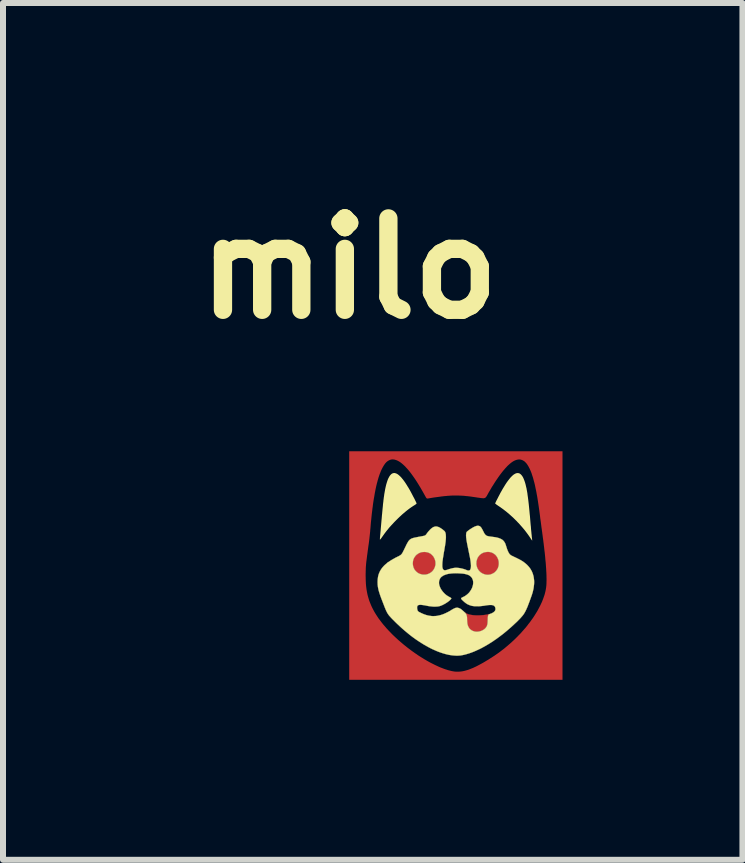
<source format=kicad_pcb>
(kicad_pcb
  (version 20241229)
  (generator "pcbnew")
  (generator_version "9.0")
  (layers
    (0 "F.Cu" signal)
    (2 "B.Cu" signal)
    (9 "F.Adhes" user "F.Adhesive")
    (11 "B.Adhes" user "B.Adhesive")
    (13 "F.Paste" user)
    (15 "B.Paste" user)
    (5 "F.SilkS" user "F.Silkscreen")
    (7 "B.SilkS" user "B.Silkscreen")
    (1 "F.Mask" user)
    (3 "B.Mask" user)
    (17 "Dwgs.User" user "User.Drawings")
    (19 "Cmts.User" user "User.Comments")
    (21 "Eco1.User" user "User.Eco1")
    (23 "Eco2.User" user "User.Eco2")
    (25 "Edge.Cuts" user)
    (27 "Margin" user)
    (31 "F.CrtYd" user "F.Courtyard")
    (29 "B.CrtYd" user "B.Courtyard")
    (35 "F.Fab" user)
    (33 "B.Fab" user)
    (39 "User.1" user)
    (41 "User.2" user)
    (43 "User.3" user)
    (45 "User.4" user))
  (footprint "milo"
    (layer "F.Cu")
    (at 2.772 4.474)
    (property "Reference" "milo" (at 0 -3.048 0) (layer "F.SilkS") (effects (font (size 1.524 1.524) (thickness 0.305))))
    (attr exclude_from_pos_files exclude_from_bom)
    (fp_poly (pts (xy 1.18 2.044) (xy 1.159 2.035) (xy 1.141 2.024) (xy 1.124 2.011) (xy 1.109 1.996) (xy 1.095 1.98) (xy 1.084 1.962) (xy 1.075 1.943) (xy 1.068 1.923) (xy 1.063 1.903) (xy 1.061 1.882) (xy 1.06 1.86) (xy 1.062 1.839) (xy 1.066 1.818) (xy 1.073 1.798) (xy 1.081 1.778) (xy 1.092 1.76) (xy 1.106 1.742) (xy 1.122 1.726) (xy 1.142 1.711) (xy 1.162 1.699) (xy 1.184 1.689) (xy 1.206 1.683) (xy 1.228 1.679) (xy 1.251 1.678) (xy 1.274 1.679) (xy 1.296 1.683) (xy 1.317 1.689) (xy 1.338 1.698) (xy 1.357 1.709) (xy 1.375 1.722) (xy 1.391 1.738) (xy 1.405 1.756) (xy 1.416 1.777) (xy 1.426 1.799) (xy 1.433 1.821) (xy 1.437 1.842) (xy 1.438 1.864) (xy 1.438 1.885) (xy 1.435 1.905) (xy 1.43 1.924) (xy 1.423 1.943) (xy 1.414 1.961) (xy 1.404 1.977) (xy 1.392 1.993) (xy 1.378 2.007) (xy 1.363 2.019) (xy 1.346 2.03) (xy 1.328 2.039) (xy 1.31 2.047) (xy 1.29 2.052) (xy 1.269 2.055) (xy 1.248 2.056) (xy 1.226 2.055) (xy 1.203 2.051) (xy 1.18 2.044)) (stroke (width 0.004) (type solid)) (fill yes) (layer "F.Cu"))
    (fp_poly (pts (xy 2.23 2.041) (xy 2.21 2.03) (xy 2.192 2.018) (xy 2.177 2.004) (xy 2.163 1.989) (xy 2.151 1.973) (xy 2.141 1.956) (xy 2.133 1.938) (xy 2.127 1.919) (xy 2.123 1.9) (xy 2.12 1.881) (xy 2.12 1.861) (xy 2.121 1.842) (xy 2.125 1.823) (xy 2.13 1.804) (xy 2.137 1.786) (xy 2.145 1.769) (xy 2.156 1.753) (xy 2.168 1.737) (xy 2.183 1.723) (xy 2.198 1.711) (xy 2.216 1.7) (xy 2.235 1.691) (xy 2.257 1.684) (xy 2.281 1.679) (xy 2.304 1.677) (xy 2.327 1.677) (xy 2.349 1.681) (xy 2.37 1.687) (xy 2.39 1.695) (xy 2.409 1.705) (xy 2.426 1.718) (xy 2.442 1.733) (xy 2.456 1.749) (xy 2.468 1.768) (xy 2.478 1.788) (xy 2.486 1.81) (xy 2.491 1.833) (xy 2.494 1.857) (xy 2.494 1.881) (xy 2.491 1.904) (xy 2.486 1.925) (xy 2.479 1.946) (xy 2.469 1.965) (xy 2.458 1.982) (xy 2.445 1.998) (xy 2.43 2.013) (xy 2.414 2.026) (xy 2.396 2.037) (xy 2.377 2.045) (xy 2.358 2.052) (xy 2.337 2.056) (xy 2.316 2.059) (xy 2.295 2.058) (xy 2.273 2.055) (xy 2.252 2.049) (xy 2.23 2.041)) (stroke (width 0.004) (type solid)) (fill yes) (layer "F.Cu"))
    (fp_poly (pts (xy 2.353 2.71) (xy 2.332 2.715) (xy 2.31 2.72) (xy 2.287 2.724) (xy 2.262 2.728) (xy 2.236 2.731) (xy 2.209 2.733) (xy 2.182 2.735) (xy 2.155 2.736) (xy 2.127 2.736) (xy 2.1 2.735) (xy 2.074 2.733) (xy 2.048 2.73) (xy 2.023 2.726) (xy 2 2.72) (xy 1.978 2.714) (xy 1.959 2.706) (xy 1.941 2.696) (xy 1.925 2.685) (xy 1.925 2.685) (xy 1.941 2.703) (xy 1.953 2.721) (xy 1.96 2.741) (xy 1.964 2.766) (xy 1.965 2.8) (xy 1.966 2.83) (xy 1.969 2.858) (xy 1.973 2.883) (xy 1.979 2.906) (xy 1.988 2.926) (xy 1.998 2.944) (xy 2.01 2.96) (xy 2.025 2.973) (xy 2.041 2.984) (xy 2.059 2.994) (xy 2.08 3.001) (xy 2.103 3.006) (xy 2.127 3.008) (xy 2.151 3.006) (xy 2.175 3.002) (xy 2.199 2.995) (xy 2.221 2.985) (xy 2.242 2.973) (xy 2.261 2.958) (xy 2.276 2.942) (xy 2.289 2.924) (xy 2.296 2.909) (xy 2.301 2.894) (xy 2.305 2.874) (xy 2.307 2.847) (xy 2.309 2.809) (xy 2.311 2.767) (xy 2.315 2.741) (xy 2.321 2.726) (xy 2.333 2.717) (xy 2.353 2.71) (xy 2.353 2.71)) (stroke (width 0.004) (type solid)) (fill yes) (layer "F.Cu"))
    (fp_poly (pts (xy 0 0) (xy 0 3.81) (xy 1.804 3.81) (xy 1.804 3.674) (xy 1.784 3.674) (xy 1.764 3.673) (xy 1.744 3.67) (xy 1.724 3.667) (xy 1.704 3.663) (xy 1.685 3.658) (xy 1.665 3.653) (xy 1.645 3.648) (xy 1.626 3.641) (xy 1.605 3.635) (xy 1.585 3.628) (xy 1.564 3.62) (xy 1.543 3.612) (xy 1.522 3.604) (xy 1.501 3.595) (xy 1.479 3.585) (xy 1.458 3.575) (xy 1.436 3.565) (xy 1.414 3.554) (xy 1.392 3.543) (xy 1.37 3.532) (xy 1.347 3.52) (xy 1.325 3.508) (xy 1.302 3.495) (xy 1.28 3.482) (xy 1.257 3.469) (xy 1.235 3.455) (xy 1.212 3.441) (xy 1.189 3.427) (xy 1.167 3.413) (xy 1.144 3.398) (xy 1.122 3.382) (xy 1.099 3.367) (xy 1.077 3.351) (xy 1.054 3.335) (xy 1.032 3.319) (xy 1.01 3.302) (xy 0.988 3.286) (xy 0.966 3.269) (xy 0.944 3.251) (xy 0.922 3.234) (xy 0.9 3.216) (xy 0.879 3.198) (xy 0.858 3.18) (xy 0.837 3.162) (xy 0.816 3.144) (xy 0.796 3.125) (xy 0.776 3.107) (xy 0.756 3.088) (xy 0.736 3.069) (xy 0.716 3.05) (xy 0.697 3.03) (xy 0.679 3.011) (xy 0.66 2.992) (xy 0.642 2.972) (xy 0.624 2.953) (xy 0.607 2.933) (xy 0.59 2.913) (xy 0.573 2.894) (xy 0.557 2.874) (xy 0.541 2.854) (xy 0.526 2.834) (xy 0.511 2.814) (xy 0.496 2.795) (xy 0.482 2.775) (xy 0.469 2.755) (xy 0.456 2.735) (xy 0.443 2.715) (xy 0.427 2.689) (xy 0.413 2.664) (xy 0.399 2.638) (xy 0.386 2.613) (xy 0.374 2.588) (xy 0.363 2.563) (xy 0.353 2.538) (xy 0.343 2.514) (xy 0.334 2.49) (xy 0.326 2.465) (xy 0.319 2.441) (xy 0.312 2.417) (xy 0.306 2.394) (xy 0.301 2.37) (xy 0.296 2.346) (xy 0.292 2.322) (xy 0.288 2.299) (xy 0.285 2.275) (xy 0.282 2.252) (xy 0.28 2.228) (xy 0.278 2.205) (xy 0.277 2.181) (xy 0.276 2.158) (xy 0.275 2.134) (xy 0.275 2.111) (xy 0.274 2.085) (xy 0.274 2.061) (xy 0.274 2.038) (xy 0.275 2.017) (xy 0.275 1.997) (xy 0.276 1.977) (xy 0.276 1.958) (xy 0.277 1.94) (xy 0.278 1.921) (xy 0.28 1.902) (xy 0.281 1.883) (xy 0.283 1.864) (xy 0.285 1.843) (xy 0.288 1.822) (xy 0.291 1.799) (xy 0.294 1.775) (xy 0.297 1.749) (xy 0.301 1.721) (xy 0.305 1.691) (xy 0.309 1.659) (xy 0.314 1.624) (xy 0.319 1.586) (xy 0.325 1.546) (xy 0.331 1.502) (xy 0.334 1.476) (xy 0.337 1.45) (xy 0.34 1.422) (xy 0.343 1.394) (xy 0.346 1.366) (xy 0.349 1.338) (xy 0.351 1.31) (xy 0.354 1.283) (xy 0.356 1.256) (xy 0.358 1.231) (xy 0.36 1.207) (xy 0.362 1.185) (xy 0.364 1.165) (xy 0.366 1.147) (xy 0.37 1.108) (xy 0.374 1.069) (xy 0.378 1.031) (xy 0.383 0.994) (xy 0.387 0.957) (xy 0.392 0.922) (xy 0.396 0.887) (xy 0.401 0.853) (xy 0.406 0.82) (xy 0.411 0.788) (xy 0.417 0.757) (xy 0.422 0.726) (xy 0.427 0.696) (xy 0.433 0.667) (xy 0.438 0.639) (xy 0.444 0.611) (xy 0.45 0.584) (xy 0.456 0.558) (xy 0.462 0.533) (xy 0.469 0.509) (xy 0.475 0.485) (xy 0.482 0.462) (xy 0.488 0.44) (xy 0.495 0.419) (xy 0.502 0.398) (xy 0.509 0.378) (xy 0.517 0.359) (xy 0.524 0.341) (xy 0.531 0.323) (xy 0.539 0.306) (xy 0.547 0.29) (xy 0.555 0.274) (xy 0.563 0.26) (xy 0.571 0.246) (xy 0.579 0.233) (xy 0.588 0.22) (xy 0.596 0.208) (xy 0.605 0.197) (xy 0.621 0.18) (xy 0.639 0.165) (xy 0.659 0.153) (xy 0.68 0.143) (xy 0.701 0.137) (xy 0.722 0.135) (xy 0.735 0.136) (xy 0.748 0.137) (xy 0.761 0.14) (xy 0.774 0.144) (xy 0.787 0.148) (xy 0.801 0.154) (xy 0.815 0.161) (xy 0.828 0.168) (xy 0.843 0.177) (xy 0.857 0.187) (xy 0.872 0.198) (xy 0.886 0.21) (xy 0.901 0.223) (xy 0.916 0.237) (xy 0.932 0.252) (xy 0.947 0.269) (xy 0.963 0.286) (xy 0.979 0.304) (xy 0.995 0.323) (xy 1.012 0.344) (xy 1.028 0.365) (xy 1.045 0.388) (xy 1.062 0.412) (xy 1.079 0.436) (xy 1.097 0.462) (xy 1.115 0.489) (xy 1.133 0.517) (xy 1.151 0.546) (xy 1.169 0.576) (xy 1.188 0.607) (xy 1.207 0.64) (xy 1.226 0.673) (xy 1.245 0.707) (xy 1.265 0.743) (xy 1.28 0.77) (xy 1.291 0.784) (xy 1.302 0.788) (xy 1.319 0.786) (xy 1.354 0.78) (xy 1.388 0.774) (xy 1.421 0.769) (xy 1.452 0.765) (xy 1.482 0.761) (xy 1.511 0.757) (xy 1.539 0.753) (xy 1.566 0.75) (xy 1.592 0.747) (xy 1.618 0.745) (xy 1.643 0.742) (xy 1.667 0.741) (xy 1.691 0.739) (xy 1.715 0.738) (xy 1.738 0.737) (xy 1.761 0.737) (xy 1.784 0.737) (xy 1.807 0.737) (xy 1.829 0.738) (xy 1.852 0.739) (xy 1.875 0.74) (xy 1.899 0.741) (xy 1.922 0.743) (xy 1.946 0.746) (xy 1.971 0.748) (xy 1.996 0.751) (xy 2.022 0.754) (xy 2.048 0.758) (xy 2.076 0.762) (xy 2.104 0.766) (xy 2.142 0.772) (xy 2.174 0.776) (xy 2.2 0.78) (xy 2.222 0.782) (xy 2.239 0.783) (xy 2.252 0.781) (xy 2.264 0.777) (xy 2.273 0.771) (xy 2.282 0.761) (xy 2.291 0.749) (xy 2.3 0.733) (xy 2.311 0.713) (xy 2.324 0.689) (xy 2.343 0.657) (xy 2.361 0.626) (xy 2.379 0.595) (xy 2.398 0.566) (xy 2.416 0.537) (xy 2.433 0.51) (xy 2.451 0.483) (xy 2.469 0.457) (xy 2.486 0.432) (xy 2.503 0.408) (xy 2.52 0.385) (xy 2.537 0.363) (xy 2.553 0.342) (xy 2.569 0.322) (xy 2.586 0.303) (xy 2.601 0.285) (xy 2.617 0.268) (xy 2.632 0.251) (xy 2.647 0.236) (xy 2.662 0.223) (xy 2.676 0.21) (xy 2.691 0.198) (xy 2.705 0.187) (xy 2.718 0.178) (xy 2.731 0.169) (xy 2.744 0.162) (xy 2.757 0.155) (xy 2.77 0.15) (xy 2.782 0.145) (xy 2.794 0.142) (xy 2.806 0.139) (xy 2.818 0.137) (xy 2.83 0.136) (xy 2.841 0.136) (xy 2.852 0.137) (xy 2.863 0.14) (xy 2.874 0.143) (xy 2.885 0.147) (xy 2.895 0.152) (xy 2.906 0.158) (xy 2.916 0.164) (xy 2.926 0.172) (xy 2.935 0.181) (xy 2.945 0.191) (xy 2.955 0.202) (xy 2.964 0.214) (xy 2.973 0.227) (xy 2.982 0.242) (xy 2.991 0.257) (xy 2.999 0.273) (xy 3.008 0.29) (xy 3.016 0.308) (xy 3.025 0.328) (xy 3.033 0.348) (xy 3.041 0.369) (xy 3.048 0.392) (xy 3.056 0.416) (xy 3.064 0.44) (xy 3.071 0.466) (xy 3.078 0.493) (xy 3.086 0.521) (xy 3.093 0.55) (xy 3.1 0.581) (xy 3.106 0.612) (xy 3.113 0.644) (xy 3.12 0.678) (xy 3.126 0.713) (xy 3.133 0.749) (xy 3.139 0.786) (xy 3.145 0.824) (xy 3.151 0.864) (xy 3.157 0.904) (xy 3.163 0.946) (xy 3.169 0.989) (xy 3.175 1.033) (xy 3.181 1.078) (xy 3.183 1.097) (xy 3.185 1.116) (xy 3.188 1.136) (xy 3.191 1.157) (xy 3.194 1.178) (xy 3.197 1.201) (xy 3.2 1.224) (xy 3.203 1.248) (xy 3.206 1.272) (xy 3.21 1.297) (xy 3.213 1.322) (xy 3.217 1.348) (xy 3.22 1.375) (xy 3.224 1.401) (xy 3.227 1.429) (xy 3.231 1.456) (xy 3.235 1.484) (xy 3.238 1.512) (xy 3.242 1.54) (xy 3.245 1.569) (xy 3.249 1.598) (xy 3.252 1.627) (xy 3.255 1.655) (xy 3.259 1.684) (xy 3.262 1.713) (xy 3.265 1.742) (xy 3.268 1.771) (xy 3.27 1.8) (xy 3.273 1.829) (xy 3.276 1.857) (xy 3.278 1.885) (xy 3.28 1.913) (xy 3.282 1.941) (xy 3.284 1.968) (xy 3.285 1.995) (xy 3.287 2.022) (xy 3.288 2.048) (xy 3.289 2.074) (xy 3.289 2.099) (xy 3.29 2.124) (xy 3.29 2.148) (xy 3.289 2.171) (xy 3.289 2.194) (xy 3.288 2.216) (xy 3.287 2.233) (xy 3.285 2.251) (xy 3.283 2.27) (xy 3.28 2.288) (xy 3.277 2.307) (xy 3.273 2.326) (xy 3.269 2.345) (xy 3.264 2.364) (xy 3.259 2.384) (xy 3.253 2.403) (xy 3.246 2.423) (xy 3.239 2.443) (xy 3.232 2.463) (xy 3.224 2.483) (xy 3.216 2.504) (xy 3.207 2.524) (xy 3.197 2.545) (xy 3.188 2.565) (xy 3.177 2.586) (xy 3.166 2.607) (xy 3.155 2.628) (xy 3.144 2.649) (xy 3.132 2.67) (xy 3.119 2.691) (xy 3.106 2.712) (xy 3.093 2.733) (xy 3.079 2.755) (xy 3.065 2.776) (xy 3.05 2.797) (xy 3.035 2.818) (xy 3.02 2.839) (xy 3.004 2.86) (xy 2.987 2.881) (xy 2.971 2.903) (xy 2.954 2.924) (xy 2.937 2.945) (xy 2.919 2.965) (xy 2.901 2.986) (xy 2.882 3.007) (xy 2.864 3.028) (xy 2.845 3.048) (xy 2.825 3.068) (xy 2.805 3.089) (xy 2.785 3.109) (xy 2.765 3.129) (xy 2.744 3.149) (xy 2.723 3.168) (xy 2.702 3.188) (xy 2.68 3.207) (xy 2.658 3.226) (xy 2.636 3.245) (xy 2.613 3.264) (xy 2.591 3.283) (xy 2.568 3.301) (xy 2.544 3.319) (xy 2.521 3.337) (xy 2.497 3.355) (xy 2.473 3.372) (xy 2.448 3.389) (xy 2.424 3.406) (xy 2.399 3.422) (xy 2.374 3.439) (xy 2.349 3.454) (xy 2.32 3.473) (xy 2.291 3.49) (xy 2.263 3.507) (xy 2.236 3.523) (xy 2.209 3.538) (xy 2.183 3.552) (xy 2.157 3.566) (xy 2.132 3.579) (xy 2.108 3.591) (xy 2.084 3.602) (xy 2.061 3.613) (xy 2.037 3.622) (xy 2.015 3.631) (xy 1.992 3.64) (xy 1.971 3.647) (xy 1.949 3.653) (xy 1.928 3.659) (xy 1.906 3.664) (xy 1.886 3.668) (xy 1.865 3.671) (xy 1.844 3.673) (xy 1.824 3.674) (xy 1.804 3.674) (xy 1.804 3.81) (xy 3.556 3.81) (xy 3.556 0) (xy 0 0)) (stroke (width 0) (type solid)) (fill yes) (layer "F.Cu"))
    (fp_poly (pts (xy 1.18 2.044) (xy 1.159 2.035) (xy 1.141 2.024) (xy 1.124 2.011) (xy 1.109 1.996) (xy 1.095 1.98) (xy 1.084 1.962) (xy 1.075 1.943) (xy 1.068 1.923) (xy 1.063 1.903) (xy 1.061 1.882) (xy 1.06 1.86) (xy 1.062 1.839) (xy 1.066 1.818) (xy 1.073 1.798) (xy 1.081 1.778) (xy 1.092 1.76) (xy 1.106 1.742) (xy 1.122 1.726) (xy 1.142 1.711) (xy 1.162 1.699) (xy 1.184 1.689) (xy 1.206 1.683) (xy 1.228 1.679) (xy 1.251 1.678) (xy 1.274 1.679) (xy 1.296 1.683) (xy 1.317 1.689) (xy 1.338 1.698) (xy 1.357 1.709) (xy 1.375 1.722) (xy 1.391 1.738) (xy 1.405 1.756) (xy 1.416 1.777) (xy 1.426 1.799) (xy 1.433 1.821) (xy 1.437 1.842) (xy 1.438 1.864) (xy 1.438 1.885) (xy 1.435 1.905) (xy 1.43 1.924) (xy 1.423 1.943) (xy 1.414 1.961) (xy 1.404 1.977) (xy 1.392 1.993) (xy 1.378 2.007) (xy 1.363 2.019) (xy 1.346 2.03) (xy 1.328 2.039) (xy 1.31 2.047) (xy 1.29 2.052) (xy 1.269 2.055) (xy 1.248 2.056) (xy 1.226 2.055) (xy 1.203 2.051) (xy 1.18 2.044)) (stroke (width 0.004) (type solid)) (fill yes) (layer "F.Mask"))
    (fp_poly (pts (xy 2.353 2.71) (xy 2.332 2.715) (xy 2.31 2.72) (xy 2.287 2.724) (xy 2.262 2.728) (xy 2.236 2.731) (xy 2.209 2.733) (xy 2.182 2.735) (xy 2.155 2.736) (xy 2.127 2.736) (xy 2.1 2.735) (xy 2.074 2.733) (xy 2.048 2.73) (xy 2.023 2.726) (xy 2 2.72) (xy 1.978 2.714) (xy 1.959 2.706) (xy 1.941 2.696) (xy 1.925 2.685) (xy 1.925 2.685) (xy 1.941 2.703) (xy 1.953 2.721) (xy 1.96 2.741) (xy 1.964 2.766) (xy 1.965 2.8) (xy 1.966 2.83) (xy 1.969 2.858) (xy 1.973 2.883) (xy 1.979 2.906) (xy 1.988 2.926) (xy 1.998 2.944) (xy 2.01 2.96) (xy 2.025 2.973) (xy 2.041 2.984) (xy 2.059 2.994) (xy 2.08 3.001) (xy 2.103 3.006) (xy 2.127 3.008) (xy 2.151 3.006) (xy 2.175 3.002) (xy 2.199 2.995) (xy 2.221 2.985) (xy 2.242 2.973) (xy 2.261 2.958) (xy 2.276 2.942) (xy 2.289 2.924) (xy 2.296 2.909) (xy 2.301 2.894) (xy 2.305 2.874) (xy 2.307 2.847) (xy 2.309 2.809) (xy 2.311 2.767) (xy 2.315 2.741) (xy 2.321 2.726) (xy 2.333 2.717) (xy 2.353 2.71) (xy 2.353 2.71)) (stroke (width 0.004) (type solid)) (fill yes) (layer "F.Mask"))
    (fp_poly (pts (xy 1.943 2.698) (xy 1.925 2.685) (xy 1.943 2.698)) (stroke (width 0.004) (type solid)) (fill yes) (layer "F.SilkS"))
    (fp_poly (pts (xy 1.963 2.708) (xy 1.943 2.698) (xy 1.963 2.708)) (stroke (width 0.004) (type solid)) (fill yes) (layer "F.SilkS"))
    (fp_poly (pts (xy 1.986 2.716) (xy 1.963 2.708) (xy 1.986 2.716)) (stroke (width 0.004) (type solid)) (fill yes) (layer "F.SilkS"))
    (fp_poly (pts (xy 2.012 2.723) (xy 1.986 2.716) (xy 2.012 2.723)) (stroke (width 0.004) (type solid)) (fill yes) (layer "F.SilkS"))
    (fp_poly (pts (xy 2.039 2.729) (xy 2.025 2.726) (xy 2.012 2.723) (xy 2.025 2.726) (xy 2.039 2.729)) (stroke (width 0.004) (type solid)) (fill yes) (layer "F.SilkS"))
    (fp_poly (pts (xy 2.067 2.732) (xy 2.053 2.731) (xy 2.039 2.729) (xy 2.053 2.731) (xy 2.067 2.732)) (stroke (width 0.004) (type solid)) (fill yes) (layer "F.SilkS"))
    (fp_poly (pts (xy 2.127 2.736) (xy 2.107 2.735) (xy 2.087 2.734) (xy 2.067 2.732) (xy 2.087 2.734) (xy 2.107 2.735) (xy 2.127 2.736)) (stroke (width 0.004) (type solid)) (fill yes) (layer "F.SilkS"))
    (fp_poly (pts (xy 2.189 2.734) (xy 2.168 2.735) (xy 2.148 2.736) (xy 2.127 2.736) (xy 2.148 2.736) (xy 2.168 2.735) (xy 2.189 2.734)) (stroke (width 0.004) (type solid)) (fill yes) (layer "F.SilkS"))
    (fp_poly (pts (xy 2.249 2.729) (xy 2.229 2.731) (xy 2.209 2.733) (xy 2.189 2.734) (xy 2.209 2.733) (xy 2.229 2.731) (xy 2.249 2.729)) (stroke (width 0.004) (type solid)) (fill yes) (layer "F.SilkS"))
    (fp_poly (pts (xy 2.304 2.721) (xy 2.287 2.724) (xy 2.268 2.727) (xy 2.249 2.729) (xy 2.268 2.727) (xy 2.287 2.724) (xy 2.304 2.721)) (stroke (width 0.004) (type solid)) (fill yes) (layer "F.SilkS"))
    (fp_poly (pts (xy 0.749 0.362) (xy 0.735 0.364) (xy 0.722 0.368) (xy 0.709 0.375) (xy 0.697 0.385) (xy 0.686 0.397) (xy 0.674 0.412) (xy 0.664 0.43) (xy 0.653 0.45) (xy 0.643 0.473) (xy 0.634 0.499) (xy 0.625 0.527) (xy 0.616 0.558) (xy 0.608 0.592) (xy 0.6 0.629) (xy 0.593 0.668) (xy 0.59 0.685) (xy 0.587 0.702) (xy 0.584 0.719) (xy 0.582 0.737) (xy 0.579 0.756) (xy 0.576 0.775) (xy 0.574 0.795) (xy 0.571 0.816) (xy 0.569 0.838) (xy 0.566 0.861) (xy 0.563 0.886) (xy 0.561 0.913) (xy 0.558 0.941) (xy 0.555 0.971) (xy 0.552 1.003) (xy 0.549 1.037) (xy 0.545 1.074) (xy 0.542 1.113) (xy 0.538 1.155) (xy 0.535 1.19) (xy 0.532 1.225) (xy 0.529 1.259) (xy 0.526 1.291) (xy 0.524 1.322) (xy 0.521 1.35) (xy 0.519 1.375) (xy 0.517 1.396) (xy 0.515 1.414) (xy 0.514 1.428) (xy 0.513 1.437) (xy 0.512 1.456) (xy 0.511 1.468) (xy 0.513 1.472) (xy 0.519 1.468) (xy 0.53 1.455) (xy 0.547 1.431) (xy 0.571 1.397) (xy 0.585 1.377) (xy 0.6 1.357) (xy 0.616 1.336) (xy 0.632 1.316) (xy 0.649 1.295) (xy 0.666 1.274) (xy 0.684 1.254) (xy 0.703 1.233) (xy 0.722 1.213) (xy 0.741 1.192) (xy 0.76 1.172) (xy 0.78 1.152) (xy 0.8 1.132) (xy 0.82 1.112) (xy 0.84 1.093) (xy 0.86 1.075) (xy 0.88 1.056) (xy 0.901 1.038) (xy 0.921 1.021) (xy 0.941 1.004) (xy 0.961 0.988) (xy 0.98 0.973) (xy 1 0.958) (xy 1.019 0.944) (xy 1.038 0.931) (xy 1.056 0.919) (xy 1.074 0.907) (xy 1.091 0.897) (xy 1.114 0.881) (xy 1.124 0.87) (xy 1.121 0.862) (xy 1.113 0.844) (xy 1.1 0.818) (xy 1.085 0.787) (xy 1.066 0.752) (xy 1.047 0.715) (xy 1.029 0.681) (xy 1.011 0.648) (xy 0.993 0.617) (xy 0.975 0.588) (xy 0.958 0.56) (xy 0.942 0.535) (xy 0.926 0.511) (xy 0.91 0.489) (xy 0.894 0.468) (xy 0.879 0.45) (xy 0.865 0.433) (xy 0.85 0.418) (xy 0.836 0.405) (xy 0.823 0.394) (xy 0.81 0.384) (xy 0.797 0.376) (xy 0.784 0.37) (xy 0.772 0.366) (xy 0.76 0.363) (xy 0.749 0.362)) (stroke (width 0) (type solid)) (fill yes) (layer "F.SilkS"))
    (fp_poly (pts (xy 2.813 0.363) (xy 2.802 0.363) (xy 2.79 0.365) (xy 2.779 0.368) (xy 2.766 0.374) (xy 2.754 0.381) (xy 2.741 0.389) (xy 2.728 0.4) (xy 2.714 0.412) (xy 2.701 0.426) (xy 2.686 0.441) (xy 2.672 0.459) (xy 2.657 0.478) (xy 2.641 0.499) (xy 2.625 0.521) (xy 2.609 0.545) (xy 2.593 0.571) (xy 2.576 0.599) (xy 2.558 0.628) (xy 2.541 0.659) (xy 2.522 0.692) (xy 2.504 0.727) (xy 2.485 0.763) (xy 2.469 0.795) (xy 2.454 0.823) (xy 2.443 0.846) (xy 2.436 0.862) (xy 2.433 0.869) (xy 2.438 0.875) (xy 2.452 0.886) (xy 2.473 0.901) (xy 2.498 0.918) (xy 2.518 0.931) (xy 2.537 0.945) (xy 2.557 0.959) (xy 2.577 0.974) (xy 2.596 0.989) (xy 2.616 1.004) (xy 2.636 1.021) (xy 2.656 1.037) (xy 2.675 1.054) (xy 2.695 1.072) (xy 2.714 1.089) (xy 2.734 1.107) (xy 2.753 1.126) (xy 2.772 1.145) (xy 2.791 1.163) (xy 2.809 1.183) (xy 2.828 1.202) (xy 2.846 1.222) (xy 2.863 1.242) (xy 2.881 1.262) (xy 2.898 1.282) (xy 2.915 1.302) (xy 2.931 1.322) (xy 2.947 1.343) (xy 2.962 1.363) (xy 2.977 1.383) (xy 2.992 1.404) (xy 3.006 1.424) (xy 3.023 1.45) (xy 3.037 1.471) (xy 3.047 1.485) (xy 3.051 1.489) (xy 3.05 1.474) (xy 3.046 1.44) (xy 3.045 1.43) (xy 3.043 1.416) (xy 3.042 1.398) (xy 3.039 1.375) (xy 3.037 1.35) (xy 3.034 1.322) (xy 3.031 1.291) (xy 3.029 1.259) (xy 3.025 1.225) (xy 3.022 1.19) (xy 3.019 1.154) (xy 3.016 1.116) (xy 3.013 1.08) (xy 3.009 1.045) (xy 3.006 1.011) (xy 3.003 0.979) (xy 3 0.948) (xy 2.997 0.918) (xy 2.994 0.889) (xy 2.991 0.862) (xy 2.988 0.836) (xy 2.985 0.811) (xy 2.982 0.788) (xy 2.979 0.765) (xy 2.976 0.744) (xy 2.973 0.723) (xy 2.971 0.704) (xy 2.968 0.686) (xy 2.965 0.669) (xy 2.962 0.653) (xy 2.959 0.637) (xy 2.957 0.623) (xy 2.948 0.586) (xy 2.94 0.551) (xy 2.931 0.519) (xy 2.921 0.49) (xy 2.911 0.464) (xy 2.901 0.441) (xy 2.89 0.421) (xy 2.878 0.404) (xy 2.866 0.39) (xy 2.854 0.379) (xy 2.841 0.37) (xy 2.827 0.365) (xy 2.813 0.363)) (stroke (width 0) (type solid)) (fill yes) (layer "F.SilkS"))
    (fp_poly (pts (xy 2.143 1.241) (xy 2.128 1.243) (xy 2.111 1.248) (xy 2.091 1.256) (xy 2.07 1.266) (xy 2.047 1.28) (xy 2.021 1.296) (xy 1.994 1.315) (xy 1.966 1.337) (xy 1.96 1.343) (xy 1.955 1.351) (xy 1.952 1.362) (xy 1.95 1.374) (xy 1.949 1.388) (xy 1.948 1.403) (xy 1.949 1.42) (xy 1.95 1.438) (xy 1.953 1.458) (xy 1.955 1.478) (xy 1.959 1.5) (xy 1.963 1.522) (xy 1.967 1.545) (xy 1.972 1.569) (xy 1.977 1.593) (xy 1.982 1.618) (xy 1.987 1.642) (xy 1.992 1.667) (xy 1.997 1.692) (xy 2.002 1.717) (xy 2.007 1.741) (xy 2.012 1.765) (xy 2.016 1.788) (xy 2.02 1.811) (xy 2.023 1.833) (xy 2.026 1.854) (xy 2.028 1.874) (xy 2.029 1.893) (xy 2.03 1.91) (xy 2.029 1.926) (xy 2.028 1.941) (xy 2.025 1.954) (xy 2.021 1.965) (xy 2.017 1.974) (xy 2.011 1.981) (xy 2.003 1.986) (xy 1.994 1.988) (xy 1.984 1.988) (xy 1.972 1.986) (xy 1.958 1.981) (xy 1.937 1.972) (xy 1.913 1.964) (xy 1.888 1.957) (xy 1.861 1.951) (xy 1.834 1.946) (xy 1.808 1.943) (xy 1.782 1.942) (xy 1.758 1.943) (xy 1.733 1.947) (xy 1.709 1.952) (xy 1.685 1.959) (xy 1.661 1.966) (xy 1.638 1.974) (xy 1.615 1.981) (xy 1.602 1.983) (xy 1.591 1.983) (xy 1.581 1.981) (xy 1.573 1.976) (xy 1.567 1.969) (xy 1.561 1.96) (xy 1.557 1.948) (xy 1.554 1.935) (xy 1.552 1.92) (xy 1.552 1.904) (xy 1.552 1.886) (xy 1.553 1.867) (xy 1.554 1.846) (xy 1.557 1.825) (xy 1.56 1.802) (xy 1.563 1.779) (xy 1.567 1.755) (xy 1.571 1.731) (xy 1.575 1.706) (xy 1.579 1.68) (xy 1.584 1.655) (xy 1.588 1.63) (xy 1.592 1.604) (xy 1.597 1.579) (xy 1.6 1.555) (xy 1.604 1.53) (xy 1.607 1.507) (xy 1.609 1.484) (xy 1.611 1.462) (xy 1.612 1.441) (xy 1.612 1.421) (xy 1.611 1.402) (xy 1.61 1.385) (xy 1.607 1.369) (xy 1.603 1.355) (xy 1.598 1.343) (xy 1.591 1.333) (xy 1.583 1.325) (xy 1.561 1.307) (xy 1.541 1.292) (xy 1.521 1.279) (xy 1.502 1.268) (xy 1.485 1.261) (xy 1.468 1.256) (xy 1.451 1.253) (xy 1.435 1.254) (xy 1.419 1.258) (xy 1.402 1.264) (xy 1.386 1.274) (xy 1.369 1.287) (xy 1.351 1.303) (xy 1.333 1.323) (xy 1.313 1.345) (xy 1.293 1.372) (xy 1.283 1.386) (xy 1.274 1.396) (xy 1.262 1.404) (xy 1.243 1.41) (xy 1.213 1.416) (xy 1.17 1.424) (xy 1.137 1.43) (xy 1.108 1.436) (xy 1.083 1.441) (xy 1.062 1.447) (xy 1.043 1.453) (xy 1.028 1.461) (xy 1.014 1.47) (xy 1.002 1.482) (xy 0.99 1.495) (xy 0.979 1.512) (xy 0.968 1.532) (xy 0.955 1.555) (xy 0.942 1.583) (xy 0.926 1.616) (xy 0.909 1.651) (xy 0.895 1.678) (xy 0.884 1.699) (xy 0.872 1.715) (xy 0.86 1.727) (xy 0.845 1.737) (xy 0.826 1.748) (xy 0.801 1.76) (xy 0.771 1.775) (xy 0.743 1.791) (xy 0.716 1.806) (xy 0.69 1.822) (xy 0.667 1.837) (xy 0.644 1.853) (xy 0.624 1.869) (xy 0.604 1.886) (xy 0.586 1.902) (xy 0.57 1.919) (xy 0.555 1.936) (xy 0.541 1.954) (xy 0.529 1.972) (xy 0.518 1.99) (xy 0.508 2.009) (xy 0.5 2.028) (xy 0.492 2.048) (xy 0.486 2.069) (xy 0.481 2.09) (xy 0.478 2.112) (xy 0.475 2.134) (xy 0.474 2.157) (xy 0.473 2.181) (xy 0.474 2.2) (xy 0.474 2.219) (xy 0.476 2.237) (xy 0.478 2.255) (xy 0.481 2.274) (xy 0.485 2.293) (xy 0.489 2.313) (xy 0.495 2.334) (xy 0.502 2.357) (xy 0.51 2.382) (xy 0.519 2.409) (xy 0.53 2.439) (xy 0.542 2.471) (xy 0.556 2.507) (xy 0.571 2.546) (xy 0.584 2.58) (xy 0.596 2.609) (xy 0.606 2.635) (xy 0.616 2.657) (xy 0.625 2.676) (xy 0.634 2.693) (xy 0.644 2.709) (xy 0.655 2.725) (xy 0.666 2.74) (xy 0.68 2.755) (xy 0.695 2.772) (xy 0.713 2.791) (xy 0.734 2.812) (xy 0.758 2.836) (xy 0.781 2.859) (xy 0.804 2.881) (xy 0.828 2.903) (xy 0.851 2.925) (xy 0.874 2.946) (xy 0.898 2.967) (xy 0.921 2.987) (xy 0.945 3.007) (xy 0.969 3.027) (xy 0.992 3.046) (xy 1.016 3.065) (xy 1.039 3.083) (xy 1.063 3.101) (xy 1.087 3.118) (xy 1.11 3.135) (xy 1.134 3.151) (xy 1.158 3.167) (xy 1.181 3.182) (xy 1.205 3.197) (xy 1.228 3.212) (xy 1.252 3.226) (xy 1.275 3.239) (xy 1.298 3.252) (xy 1.321 3.265) (xy 1.344 3.277) (xy 1.367 3.289) (xy 1.39 3.3) (xy 1.413 3.31) (xy 1.435 3.32) (xy 1.458 3.33) (xy 1.48 3.339) (xy 1.502 3.347) (xy 1.524 3.355) (xy 1.545 3.362) (xy 1.567 3.369) (xy 1.588 3.375) (xy 1.609 3.381) (xy 1.63 3.386) (xy 1.651 3.391) (xy 1.671 3.395) (xy 1.691 3.398) (xy 1.711 3.401) (xy 1.731 3.403) (xy 1.75 3.405) (xy 1.769 3.406) (xy 1.788 3.407) (xy 1.806 3.407) (xy 1.824 3.406) (xy 1.842 3.405) (xy 1.86 3.403) (xy 1.877 3.4) (xy 1.894 3.397) (xy 1.913 3.393) (xy 1.933 3.388) (xy 1.952 3.383) (xy 1.972 3.377) (xy 1.992 3.371) (xy 2.013 3.364) (xy 2.033 3.357) (xy 2.054 3.349) (xy 2.075 3.341) (xy 2.096 3.332) (xy 2.117 3.323) (xy 2.127 3.318) (xy 2.127 3.008) (xy 2.103 3.006) (xy 2.08 3.001) (xy 2.059 2.994) (xy 2.041 2.984) (xy 2.025 2.973) (xy 2.01 2.96) (xy 1.998 2.944) (xy 1.988 2.926) (xy 1.979 2.906) (xy 1.973 2.883) (xy 1.969 2.858) (xy 1.966 2.83) (xy 1.965 2.8) (xy 1.964 2.766) (xy 1.96 2.741) (xy 1.953 2.721) (xy 1.941 2.703) (xy 1.925 2.685) (xy 1.91 2.671) (xy 1.891 2.654) (xy 1.871 2.637) (xy 1.854 2.625) (xy 1.835 2.616) (xy 1.813 2.609) (xy 1.802 2.607) (xy 1.788 2.608) (xy 1.769 2.612) (xy 1.744 2.623) (xy 1.713 2.64) (xy 1.687 2.657) (xy 1.661 2.672) (xy 1.635 2.685) (xy 1.611 2.697) (xy 1.586 2.708) (xy 1.562 2.718) (xy 1.538 2.726) (xy 1.514 2.733) (xy 1.491 2.738) (xy 1.468 2.743) (xy 1.445 2.746) (xy 1.422 2.747) (xy 1.399 2.748) (xy 1.376 2.747) (xy 1.354 2.744) (xy 1.331 2.741) (xy 1.308 2.736) (xy 1.286 2.73) (xy 1.263 2.723) (xy 1.24 2.714) (xy 1.216 2.704) (xy 1.193 2.693) (xy 1.163 2.678) (xy 1.147 2.666) (xy 1.14 2.654) (xy 1.135 2.636) (xy 1.132 2.615) (xy 1.132 2.597) (xy 1.135 2.583) (xy 1.142 2.572) (xy 1.152 2.565) (xy 1.167 2.561) (xy 1.186 2.559) (xy 1.21 2.561) (xy 1.24 2.565) (xy 1.248 2.566) (xy 1.248 2.056) (xy 1.226 2.055) (xy 1.203 2.051) (xy 1.18 2.044) (xy 1.159 2.035) (xy 1.141 2.024) (xy 1.124 2.011) (xy 1.109 1.996) (xy 1.095 1.98) (xy 1.084 1.962) (xy 1.075 1.943) (xy 1.068 1.923) (xy 1.063 1.903) (xy 1.061 1.882) (xy 1.06 1.86) (xy 1.062 1.839) (xy 1.066 1.818) (xy 1.073 1.798) (xy 1.081 1.778) (xy 1.093 1.76) (xy 1.106 1.742) (xy 1.122 1.726) (xy 1.142 1.711) (xy 1.163 1.698) (xy 1.185 1.689) (xy 1.207 1.682) (xy 1.23 1.679) (xy 1.253 1.678) (xy 1.275 1.679) (xy 1.297 1.683) (xy 1.318 1.689) (xy 1.339 1.698) (xy 1.358 1.709) (xy 1.375 1.723) (xy 1.391 1.739) (xy 1.405 1.757) (xy 1.416 1.777) (xy 1.426 1.799) (xy 1.433 1.821) (xy 1.437 1.842) (xy 1.438 1.864) (xy 1.438 1.885) (xy 1.435 1.905) (xy 1.43 1.924) (xy 1.423 1.943) (xy 1.414 1.961) (xy 1.404 1.977) (xy 1.392 1.993) (xy 1.378 2.007) (xy 1.363 2.019) (xy 1.346 2.03) (xy 1.328 2.039) (xy 1.31 2.047) (xy 1.29 2.052) (xy 1.269 2.055) (xy 1.248 2.056) (xy 1.248 2.566) (xy 1.275 2.571) (xy 1.309 2.578) (xy 1.34 2.583) (xy 1.37 2.586) (xy 1.397 2.589) (xy 1.422 2.59) (xy 1.446 2.589) (xy 1.468 2.588) (xy 1.489 2.585) (xy 1.508 2.581) (xy 1.526 2.575) (xy 1.551 2.565) (xy 1.577 2.552) (xy 1.604 2.537) (xy 1.629 2.521) (xy 1.653 2.504) (xy 1.673 2.488) (xy 1.689 2.473) (xy 1.699 2.46) (xy 1.703 2.45) (xy 1.691 2.44) (xy 1.663 2.425) (xy 1.641 2.412) (xy 1.62 2.398) (xy 1.599 2.381) (xy 1.58 2.362) (xy 1.562 2.342) (xy 1.546 2.321) (xy 1.531 2.299) (xy 1.519 2.277) (xy 1.51 2.254) (xy 1.502 2.232) (xy 1.498 2.211) (xy 1.497 2.191) (xy 1.498 2.172) (xy 1.501 2.154) (xy 1.507 2.138) (xy 1.514 2.122) (xy 1.524 2.108) (xy 1.536 2.095) (xy 1.551 2.084) (xy 1.567 2.073) (xy 1.586 2.064) (xy 1.607 2.056) (xy 1.629 2.049) (xy 1.654 2.043) (xy 1.681 2.039) (xy 1.711 2.036) (xy 1.742 2.034) (xy 1.775 2.033) (xy 1.814 2.034) (xy 1.849 2.036) (xy 1.881 2.038) (xy 1.909 2.041) (xy 1.935 2.046) (xy 1.958 2.052) (xy 1.978 2.058) (xy 1.996 2.066) (xy 2.011 2.076) (xy 2.024 2.086) (xy 2.036 2.098) (xy 2.047 2.114) (xy 2.056 2.131) (xy 2.062 2.149) (xy 2.066 2.168) (xy 2.067 2.188) (xy 2.066 2.209) (xy 2.063 2.23) (xy 2.057 2.251) (xy 2.05 2.272) (xy 2.041 2.293) (xy 2.029 2.313) (xy 2.016 2.333) (xy 2.002 2.352) (xy 1.985 2.37) (xy 1.967 2.386) (xy 1.948 2.401) (xy 1.927 2.415) (xy 1.904 2.427) (xy 1.879 2.439) (xy 1.867 2.448) (xy 1.866 2.458) (xy 1.877 2.473) (xy 1.9 2.495) (xy 1.918 2.511) (xy 1.935 2.525) (xy 1.953 2.538) (xy 1.971 2.549) (xy 1.99 2.558) (xy 2.01 2.566) (xy 2.031 2.573) (xy 2.052 2.578) (xy 2.075 2.581) (xy 2.099 2.584) (xy 2.125 2.584) (xy 2.153 2.584) (xy 2.182 2.582) (xy 2.213 2.579) (xy 2.246 2.575) (xy 2.281 2.569) (xy 2.316 2.564) (xy 2.316 2.059) (xy 2.295 2.058) (xy 2.273 2.055) (xy 2.252 2.049) (xy 2.23 2.041) (xy 2.21 2.03) (xy 2.192 2.018) (xy 2.177 2.004) (xy 2.163 1.989) (xy 2.151 1.973) (xy 2.141 1.956) (xy 2.133 1.938) (xy 2.127 1.919) (xy 2.123 1.9) (xy 2.12 1.881) (xy 2.12 1.861) (xy 2.121 1.842) (xy 2.125 1.823) (xy 2.13 1.804) (xy 2.137 1.786) (xy 2.145 1.769) (xy 2.156 1.753) (xy 2.168 1.737) (xy 2.183 1.723) (xy 2.198 1.711) (xy 2.216 1.7) (xy 2.235 1.691) (xy 2.257 1.684) (xy 2.275 1.68) (xy 2.294 1.678) (xy 2.312 1.677) (xy 2.336 1.678) (xy 2.359 1.683) (xy 2.38 1.69) (xy 2.401 1.7) (xy 2.42 1.713) (xy 2.437 1.727) (xy 2.452 1.744) (xy 2.465 1.763) (xy 2.476 1.784) (xy 2.485 1.807) (xy 2.491 1.832) (xy 2.494 1.857) (xy 2.494 1.881) (xy 2.491 1.904) (xy 2.486 1.925) (xy 2.479 1.946) (xy 2.469 1.965) (xy 2.458 1.982) (xy 2.445 1.998) (xy 2.43 2.013) (xy 2.414 2.026) (xy 2.396 2.036) (xy 2.377 2.045) (xy 2.358 2.052) (xy 2.337 2.056) (xy 2.316 2.059) (xy 2.316 2.564) (xy 2.319 2.564) (xy 2.351 2.562) (xy 2.377 2.563) (xy 2.398 2.567) (xy 2.414 2.575) (xy 2.426 2.586) (xy 2.434 2.602) (xy 2.438 2.621) (xy 2.438 2.639) (xy 2.432 2.656) (xy 2.42 2.672) (xy 2.402 2.686) (xy 2.38 2.699) (xy 2.353 2.71) (xy 2.333 2.717) (xy 2.321 2.726) (xy 2.315 2.741) (xy 2.311 2.767) (xy 2.309 2.809) (xy 2.307 2.847) (xy 2.305 2.874) (xy 2.304 2.876) (xy 2.304 2.721) (xy 2.33 2.716) (xy 2.353 2.71) (xy 2.33 2.716) (xy 2.304 2.721) (xy 2.304 2.876) (xy 2.301 2.894) (xy 2.296 2.909) (xy 2.289 2.924) (xy 2.276 2.942) (xy 2.261 2.958) (xy 2.242 2.973) (xy 2.221 2.985) (xy 2.199 2.995) (xy 2.175 3.002) (xy 2.151 3.006) (xy 2.127 3.008) (xy 2.127 3.318) (xy 2.138 3.313) (xy 2.16 3.303) (xy 2.181 3.293) (xy 2.203 3.282) (xy 2.225 3.27) (xy 2.247 3.258) (xy 2.269 3.246) (xy 2.291 3.233) (xy 2.313 3.22) (xy 2.336 3.206) (xy 2.358 3.192) (xy 2.38 3.178) (xy 2.403 3.163) (xy 2.425 3.147) (xy 2.448 3.132) (xy 2.47 3.116) (xy 2.493 3.099) (xy 2.516 3.082) (xy 2.538 3.065) (xy 2.561 3.048) (xy 2.583 3.03) (xy 2.606 3.011) (xy 2.628 2.993) (xy 2.651 2.973) (xy 2.673 2.954) (xy 2.696 2.934) (xy 2.718 2.914) (xy 2.74 2.894) (xy 2.762 2.873) (xy 2.785 2.852) (xy 2.807 2.831) (xy 2.825 2.812) (xy 2.842 2.795) (xy 2.857 2.779) (xy 2.871 2.763) (xy 2.884 2.748) (xy 2.897 2.732) (xy 2.908 2.717) (xy 2.919 2.7) (xy 2.929 2.683) (xy 2.939 2.664) (xy 2.949 2.644) (xy 2.959 2.621) (xy 2.97 2.597) (xy 2.981 2.569) (xy 2.992 2.539) (xy 3.005 2.506) (xy 3.018 2.469) (xy 3.033 2.428) (xy 3.043 2.4) (xy 3.052 2.372) (xy 3.06 2.345) (xy 3.066 2.318) (xy 3.072 2.292) (xy 3.076 2.266) (xy 3.079 2.241) (xy 3.082 2.216) (xy 3.083 2.192) (xy 3.083 2.169) (xy 3.082 2.146) (xy 3.079 2.123) (xy 3.076 2.101) (xy 3.072 2.08) (xy 3.066 2.059) (xy 3.06 2.039) (xy 3.052 2.019) (xy 3.044 2) (xy 3.034 1.982) (xy 3.023 1.963) (xy 3.011 1.946) (xy 2.998 1.929) (xy 2.983 1.912) (xy 2.968 1.896) (xy 2.952 1.881) (xy 2.934 1.866) (xy 2.915 1.851) (xy 2.896 1.837) (xy 2.875 1.824) (xy 2.853 1.811) (xy 2.83 1.799) (xy 2.806 1.787) (xy 2.782 1.775) (xy 2.758 1.764) (xy 2.738 1.754) (xy 2.721 1.746) (xy 2.71 1.741) (xy 2.695 1.732) (xy 2.681 1.721) (xy 2.669 1.707) (xy 2.658 1.689) (xy 2.647 1.667) (xy 2.636 1.641) (xy 2.625 1.608) (xy 2.613 1.57) (xy 2.606 1.549) (xy 2.598 1.53) (xy 2.588 1.513) (xy 2.577 1.498) (xy 2.564 1.484) (xy 2.549 1.472) (xy 2.531 1.462) (xy 2.511 1.453) (xy 2.489 1.445) (xy 2.463 1.438) (xy 2.434 1.432) (xy 2.402 1.428) (xy 2.366 1.423) (xy 2.335 1.419) (xy 2.31 1.414) (xy 2.291 1.407) (xy 2.275 1.396) (xy 2.261 1.38) (xy 2.248 1.359) (xy 2.234 1.331) (xy 2.218 1.3) (xy 2.204 1.276) (xy 2.19 1.259) (xy 2.176 1.248) (xy 2.16 1.243) (xy 2.143 1.241)) (stroke (width 0.004) (type solid)) (fill yes) (layer "F.SilkS")))
  (gr_rect
    (start -3 -3)
    (end 9.328 11.284)
    (stroke (width 0.1) (type default))
    (fill no)
    (layer "Edge.Cuts")))
</source>
